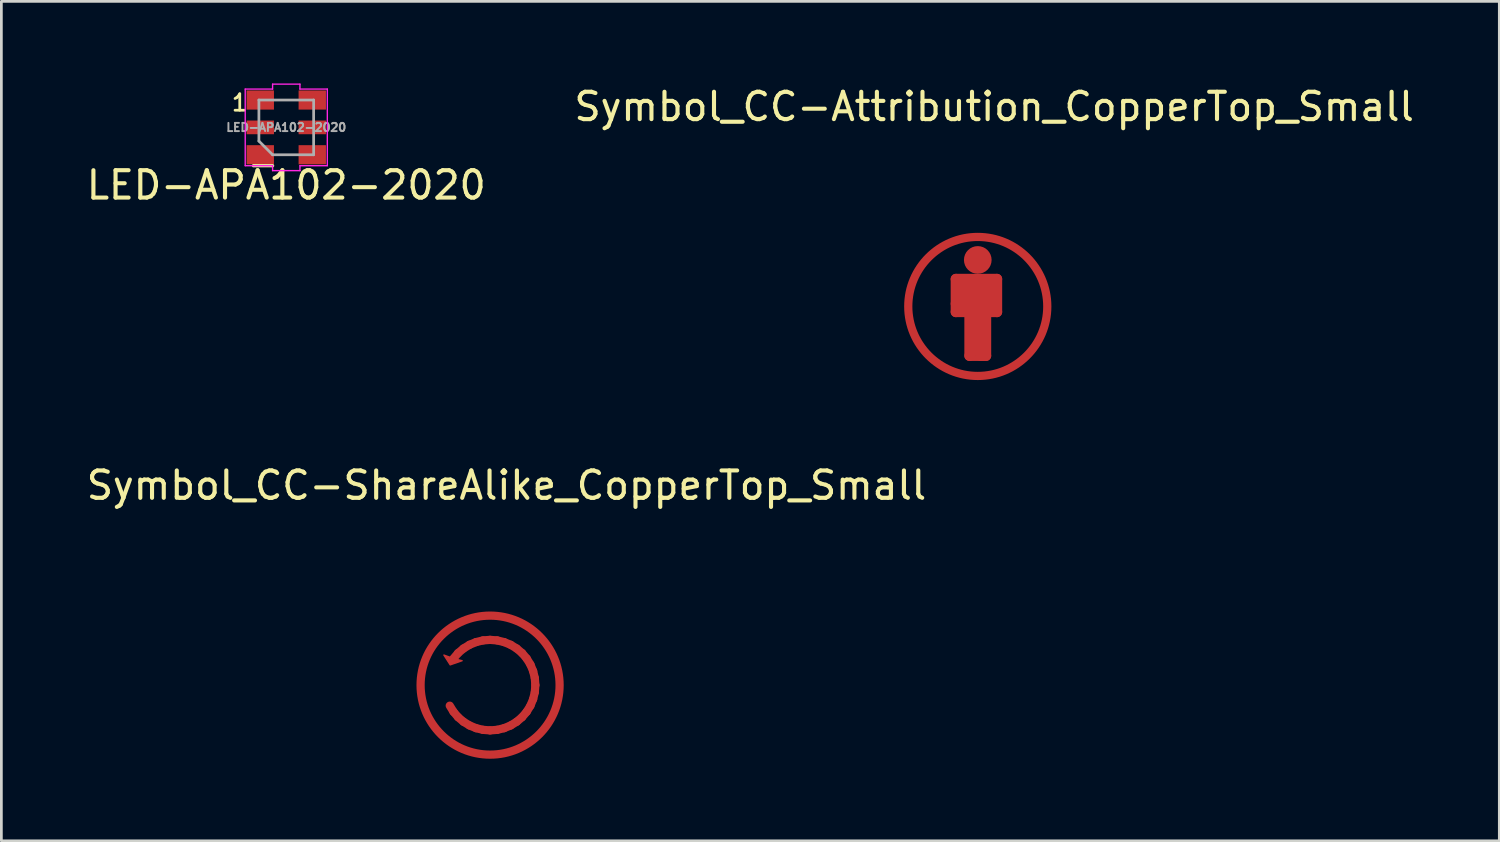
<source format=kicad_pcb>
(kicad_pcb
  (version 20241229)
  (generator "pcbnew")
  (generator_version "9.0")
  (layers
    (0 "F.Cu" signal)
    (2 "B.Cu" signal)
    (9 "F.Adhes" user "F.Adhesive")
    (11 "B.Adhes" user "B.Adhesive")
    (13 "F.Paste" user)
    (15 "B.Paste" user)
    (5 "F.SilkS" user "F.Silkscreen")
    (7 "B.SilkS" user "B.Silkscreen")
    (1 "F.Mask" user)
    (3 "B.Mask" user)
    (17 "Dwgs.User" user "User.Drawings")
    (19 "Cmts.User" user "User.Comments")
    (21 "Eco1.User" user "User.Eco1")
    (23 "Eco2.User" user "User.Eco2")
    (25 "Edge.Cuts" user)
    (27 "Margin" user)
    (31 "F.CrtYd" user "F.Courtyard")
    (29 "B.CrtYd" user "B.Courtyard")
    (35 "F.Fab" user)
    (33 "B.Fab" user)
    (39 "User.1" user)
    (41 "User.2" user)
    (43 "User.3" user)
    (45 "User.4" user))
  (footprint "Symbol_CC-ShareAlike_CopperTop_Small"
    (layer "F.Cu")
    (at 14.859 21.986)
    (property "Reference" "Symbol_CC-ShareAlike_CopperTop_Small" (at 0.599 -7.3 0) (layer "F.SilkS") (effects (font (size 1 1) (thickness 0.15))))
    (attr exclude_from_pos_files exclude_from_bom)
    (fp_line (start -1.474 0.751) (end -1.338 0.972) (stroke (width 0.3) (type solid)) (layer "F.Cu"))
    (fp_line (start -1.338 0.972) (end -1.17 1.17) (stroke (width 0.3) (type solid)) (layer "F.Cu"))
    (fp_line (start -1.17 -1.17) (end -1.338 -0.972) (stroke (width 0.3) (type solid)) (layer "F.Cu"))
    (fp_line (start -1.17 1.17) (end -0.972 1.338) (stroke (width 0.3) (type solid)) (layer "F.Cu"))
    (fp_line (start -0.972 -1.338) (end -1.17 -1.17) (stroke (width 0.3) (type solid)) (layer "F.Cu"))
    (fp_line (start -0.972 1.338) (end -0.751 1.474) (stroke (width 0.3) (type solid)) (layer "F.Cu"))
    (fp_line (start -0.751 -1.474) (end -0.972 -1.338) (stroke (width 0.3) (type solid)) (layer "F.Cu"))
    (fp_line (start -0.751 1.474) (end -0.511 1.573) (stroke (width 0.3) (type solid)) (layer "F.Cu"))
    (fp_line (start -0.511 -1.573) (end -0.751 -1.474) (stroke (width 0.3) (type solid)) (layer "F.Cu"))
    (fp_line (start -0.511 1.573) (end -0.259 1.634) (stroke (width 0.3) (type solid)) (layer "F.Cu"))
    (fp_line (start -0.259 -1.634) (end -0.511 -1.573) (stroke (width 0.3) (type solid)) (layer "F.Cu"))
    (fp_line (start -0.259 1.634) (end 0 1.654) (stroke (width 0.3) (type solid)) (layer "F.Cu"))
    (fp_line (start 0 -1.654) (end -0.259 -1.634) (stroke (width 0.3) (type solid)) (layer "F.Cu"))
    (fp_line (start 0 1.654) (end 0.259 1.634) (stroke (width 0.3) (type solid)) (layer "F.Cu"))
    (fp_line (start 0.259 -1.634) (end 0 -1.654) (stroke (width 0.3) (type solid)) (layer "F.Cu"))
    (fp_line (start 0.259 1.634) (end 0.511 1.573) (stroke (width 0.3) (type solid)) (layer "F.Cu"))
    (fp_line (start 0.511 -1.573) (end 0.259 -1.634) (stroke (width 0.3) (type solid)) (layer "F.Cu"))
    (fp_line (start 0.511 1.573) (end 0.751 1.474) (stroke (width 0.3) (type solid)) (layer "F.Cu"))
    (fp_line (start 0.751 -1.474) (end 0.511 -1.573) (stroke (width 0.3) (type solid)) (layer "F.Cu"))
    (fp_line (start 0.751 1.474) (end 0.972 1.338) (stroke (width 0.3) (type solid)) (layer "F.Cu"))
    (fp_line (start 0.972 -1.338) (end 0.751 -1.474) (stroke (width 0.3) (type solid)) (layer "F.Cu"))
    (fp_line (start 0.972 1.338) (end 1.17 1.17) (stroke (width 0.3) (type solid)) (layer "F.Cu"))
    (fp_line (start 1.17 -1.17) (end 0.972 -1.338) (stroke (width 0.3) (type solid)) (layer "F.Cu"))
    (fp_line (start 1.17 1.17) (end 1.338 0.972) (stroke (width 0.3) (type solid)) (layer "F.Cu"))
    (fp_line (start 1.338 -0.972) (end 1.17 -1.17) (stroke (width 0.3) (type solid)) (layer "F.Cu"))
    (fp_line (start 1.338 0.972) (end 1.474 0.751) (stroke (width 0.3) (type solid)) (layer "F.Cu"))
    (fp_line (start 1.474 -0.751) (end 1.338 -0.972) (stroke (width 0.3) (type solid)) (layer "F.Cu"))
    (fp_line (start 1.474 0.751) (end 1.573 0.511) (stroke (width 0.3) (type solid)) (layer "F.Cu"))
    (fp_line (start 1.573 -0.511) (end 1.474 -0.751) (stroke (width 0.3) (type solid)) (layer "F.Cu"))
    (fp_line (start 1.573 0.511) (end 1.634 0.259) (stroke (width 0.3) (type solid)) (layer "F.Cu"))
    (fp_line (start 1.634 -0.259) (end 1.573 -0.511) (stroke (width 0.3) (type solid)) (layer "F.Cu"))
    (fp_line (start 1.634 0.259) (end 1.654 0) (stroke (width 0.3) (type solid)) (layer "F.Cu"))
    (fp_line (start 1.654 0) (end 1.634 -0.259) (stroke (width 0.3) (type solid)) (layer "F.Cu"))
    (fp_circle (center 0 0) (end 2.54 0) (stroke (width 0.3) (type solid)) (fill no) (layer "F.Cu"))
    (fp_poly (pts (xy -1.338 -0.972) (xy -1.17 -1.17) (xy -0.972 -1.338)) (stroke (width 0.1) (type solid)) (fill no) (layer "F.Cu"))
    (fp_poly (pts (xy -1.688 -1.099) (xy -1.338 -0.972) (xy -1.022 -0.892) (xy -1.458 -0.74)) (stroke (width 0.05) (type solid)) (fill yes) (layer "F.Cu")))
  (footprint "Symbol_CC-Attribution_CopperTop_Small"
    (layer "F.Cu")
    (at 32.68 8.148)
    (property "Reference" "Symbol_CC-Attribution_CopperTop_Small" (at 0.599 -7.3 0) (layer "F.SilkS") (effects (font (size 1 1) (thickness 0.15))))
    (attr exclude_from_pos_files exclude_from_bom)
    (fp_line (start -0.8 -1.001) (end 0.701 -1.001) (stroke (width 0.381) (type solid)) (layer "F.Cu"))
    (fp_line (start -0.8 -0.099) (end 0.5 -0.099) (stroke (width 0.381) (type solid)) (layer "F.Cu"))
    (fp_line (start -0.8 0.201) (end -0.8 -1.001) (stroke (width 0.381) (type solid)) (layer "F.Cu"))
    (fp_line (start -0.701 -0.701) (end 0.599 -0.701) (stroke (width 0.381) (type solid)) (layer "F.Cu"))
    (fp_line (start -0.3 0.3) (end -0.3 1.801) (stroke (width 0.381) (type solid)) (layer "F.Cu"))
    (fp_line (start -0.3 1.801) (end 0.201 1.801) (stroke (width 0.381) (type solid)) (layer "F.Cu"))
    (fp_line (start 0 -1.9) (end 0 -1.501) (stroke (width 0.381) (type solid)) (layer "F.Cu"))
    (fp_line (start 0 0.3) (end 0 1.6) (stroke (width 0.381) (type solid)) (layer "F.Cu"))
    (fp_line (start 0.099 1.801) (end 0.3 1.801) (stroke (width 0.381) (type solid)) (layer "F.Cu"))
    (fp_line (start 0.3 1.801) (end 0.3 0.201) (stroke (width 0.381) (type solid)) (layer "F.Cu"))
    (fp_line (start 0.5 -0.399) (end -0.701 -0.399) (stroke (width 0.381) (type solid)) (layer "F.Cu"))
    (fp_line (start 0.701 -1.001) (end 0.701 0.201) (stroke (width 0.381) (type solid)) (layer "F.Cu"))
    (fp_line (start 0.701 0.201) (end -0.8 0.201) (stroke (width 0.381) (type solid)) (layer "F.Cu"))
    (fp_circle (center 0 -1.699) (end 0.099 -1.4) (stroke (width 0.381) (type solid)) (fill no) (layer "F.Cu"))
    (fp_circle (center 0 0) (end 2.54 0) (stroke (width 0.3) (type solid)) (fill no) (layer "F.Cu")))
  (footprint "LED-APA102-2020"
    (layer "F.Cu")
    (at 7.411 1.605)
    (property "Reference" "LED-APA102-2020" (at 0 2.11 0) (layer "F.SilkS") (effects (font (size 1 1) (thickness 0.15))))
    (attr smd)
    (fp_line (start -1.2 1.4) (end -0.5 1.4) (stroke (width 0.12) (type solid)) (layer "F.SilkS"))
    (fp_line (start -1.5 -1.4) (end -1.5 1.4) (stroke (width 0.05) (type solid)) (layer "F.CrtYd"))
    (fp_line (start -1.5 -1.4) (end -0.5 -1.4) (stroke (width 0.05) (type solid)) (layer "F.CrtYd"))
    (fp_line (start -0.5 -1.58) (end 0.5 -1.58) (stroke (width 0.05) (type solid)) (layer "F.CrtYd"))
    (fp_line (start -0.5 -1.4) (end -0.5 -1.58) (stroke (width 0.05) (type solid)) (layer "F.CrtYd"))
    (fp_line (start -0.5 1.4) (end -1.5 1.4) (stroke (width 0.05) (type solid)) (layer "F.CrtYd"))
    (fp_line (start -0.5 1.4) (end -0.5 1.58) (stroke (width 0.05) (type solid)) (layer "F.CrtYd"))
    (fp_line (start -0.5 1.58) (end 0.5 1.58) (stroke (width 0.05) (type solid)) (layer "F.CrtYd"))
    (fp_line (start 0.5 -1.58) (end 0.5 -1.4) (stroke (width 0.05) (type solid)) (layer "F.CrtYd"))
    (fp_line (start 0.5 -1.4) (end 1.5 -1.4) (stroke (width 0.05) (type solid)) (layer "F.CrtYd"))
    (fp_line (start 0.5 1.58) (end 0.5 1.4) (stroke (width 0.05) (type solid)) (layer "F.CrtYd"))
    (fp_line (start 1.5 -1.4) (end 1.5 1.4) (stroke (width 0.05) (type solid)) (layer "F.CrtYd"))
    (fp_line (start 1.5 1.4) (end 0.5 1.4) (stroke (width 0.05) (type solid)) (layer "F.CrtYd"))
    (fp_line (start -1 -1) (end 1 -1) (stroke (width 0.1) (type solid)) (layer "F.Fab"))
    (fp_line (start -1 0.5) (end -1 -1) (stroke (width 0.1) (type solid)) (layer "F.Fab"))
    (fp_line (start -1 0.5) (end -0.5 1) (stroke (width 0.1) (type solid)) (layer "F.Fab"))
    (fp_line (start 1 -1) (end 1 1) (stroke (width 0.1) (type solid)) (layer "F.Fab"))
    (fp_line (start 1 1) (end -0.5 1) (stroke (width 0.1) (type solid)) (layer "F.Fab"))
    (fp_text user "1" (at -1.7 -0.9 0) (layer "F.SilkS") (effects (font (size 0.6 0.6) (thickness 0.1))))
    (fp_text user "${REFERENCE}" (at 0 0 0) (layer "F.Fab") (effects (font (size 0.3 0.3) (thickness 0.07))))
    (pad "1" smd rect (at -0.95 -1) (size 1 0.7) (layers "F.Cu" "F.Mask" "F.Paste"))
    (pad "2" smd rect (at -0.95 0) (size 1 0.5) (layers "F.Cu" "F.Mask" "F.Paste"))
    (pad "3" smd rect (at -0.95 1) (size 1 0.7) (layers "F.Cu" "F.Mask" "F.Paste"))
    (pad "4" smd rect (at 0.95 1) (size 1 0.7) (layers "F.Cu" "F.Mask" "F.Paste"))
    (pad "5" smd rect (at 0.95 0) (size 1 0.5) (layers "F.Cu" "F.Mask" "F.Paste"))
    (pad "6" smd rect (at 0.95 -1) (size 1 0.7) (layers "F.Cu" "F.Mask" "F.Paste")))
  (gr_rect
    (start -3 -3)
    (end 51.738 27.676)
    (stroke (width 0.1) (type default))
    (fill no)
    (layer "Edge.Cuts")))
</source>
